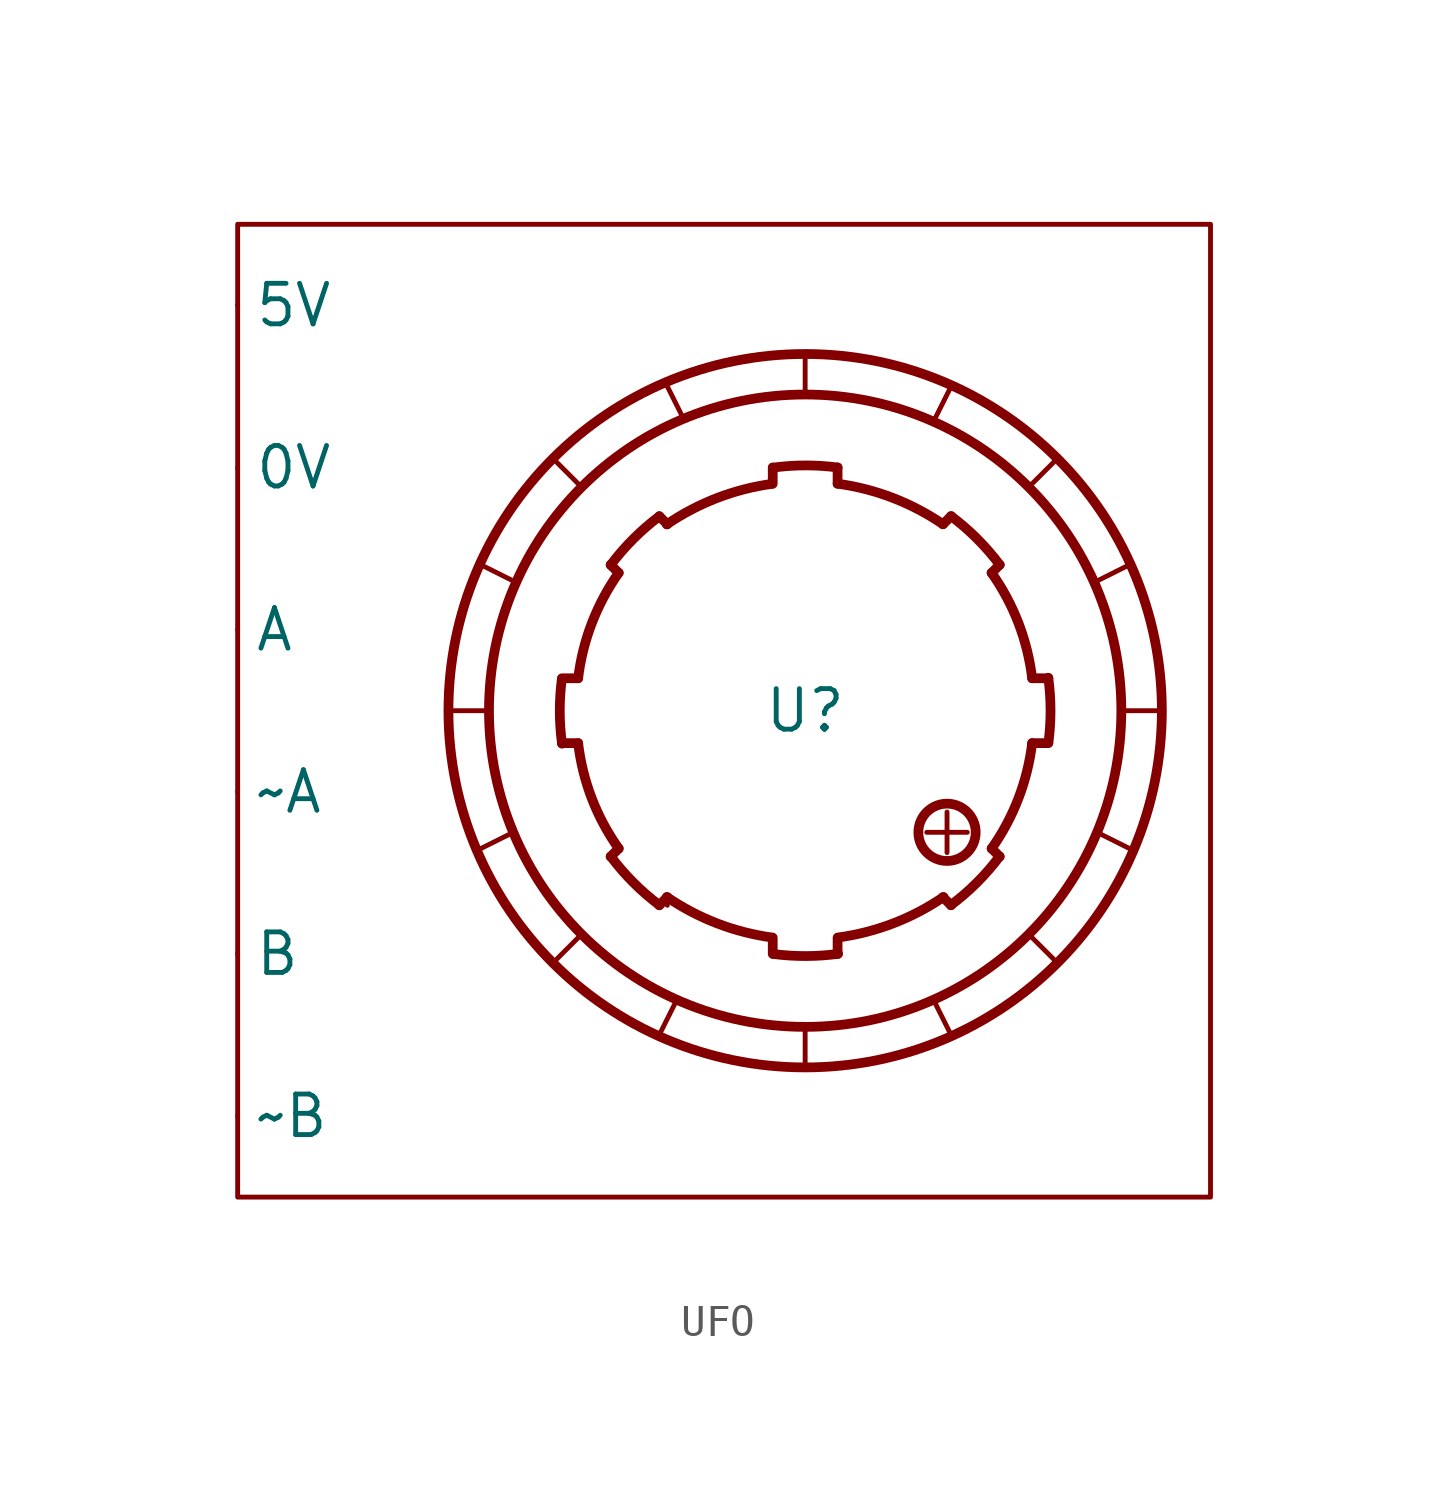
<source format=kicad_sym>
(kicad_symbol_lib
  (version 20241209)
  (generator "kicad_symbol_editor")
  (generator_version "9.0")
  (symbol "UFO"
    (property "Reference" "U"
      (at 0 0 0)
      (effects (font (size 1.27 1.27))))
    (property "Value" ""
      (at 0 0 0)
      (effects (font (size 1.27 1.27))))
    (symbol "UFO_0_1"
      (polyline (pts (xy 0 9.906) (xy 0 11.176)) (stroke (width 0) (type default)) (fill (type none))))
    (symbol "UFO_1_1"
      (rectangle (start -17.78 15.24) (end 12.7 -15.24) (stroke (width 0) (type default)) (fill (type none)))
      (polyline (pts (xy -10.16 4.572) (xy -9.144 4.064)) (stroke (width 0) (type default)) (fill (type none)))
      (polyline (pts (xy -9.906 0) (xy -11.176 0)) (stroke (width 0) (type default)) (fill (type none)))
      (polyline (pts (xy -9.144 -3.81) (xy -10.16 -4.318)) (stroke (width 0) (type default)) (fill (type none)))
      (polyline (pts (xy -7.874 -7.874) (xy -7.112 -7.112)) (stroke (width 0) (type default)) (fill (type none)))
      (polyline (pts (xy -7.62 1.016) (xy -7.112 1.016)) (stroke (width 0.305) (type solid)) (fill (type none)))
      (polyline (pts (xy -7.62 -1.016) (xy -7.112 -1.016)) (stroke (width 0.305) (type solid)) (fill (type none)))
      (polyline (pts (xy -7.112 7.112) (xy -7.874 7.874)) (stroke (width 0) (type default)) (fill (type none)))
      (polyline (pts (xy -6.096 4.572) (xy -5.842 4.318)) (stroke (width 0.305) (type solid)) (fill (type none)))
      (polyline (pts (xy -6.096 -4.572) (xy -5.842 -4.318)) (stroke (width 0.305) (type solid)) (fill (type none)))
      (polyline (pts (xy -4.572 6.096) (xy -4.318 5.842)) (stroke (width 0.305) (type solid)) (fill (type none)))
      (polyline (pts (xy -4.572 -6.096) (xy -4.318 -5.842)) (stroke (width 0.305) (type solid)) (fill (type none)))
      (polyline (pts (xy -4.318 -6.096) (xy -4.318 -6.096)) (stroke (width 0) (type default)) (fill (type none)))
      (polyline (pts (xy -4.064 -9.144) (xy -4.572 -10.16)) (stroke (width 0) (type default)) (fill (type none)))
      (polyline (pts (xy -3.81 9.144) (xy -4.318 10.16)) (stroke (width 0) (type default)) (fill (type none)))
      (polyline (pts (xy -1.016 7.62) (xy -1.016 7.112)) (stroke (width 0.305) (type solid)) (fill (type none)))
      (polyline (pts (xy -1.016 -7.62) (xy -1.016 -7.112)) (stroke (width 0.305) (type solid)) (fill (type none)))
      (arc (start 7.112 -1.016) (mid 6.6822 -2.7459) (end 5.842 -4.318) (stroke (width 0.3048) (type solid)) (fill (type none)))
      (arc (start 5.842 4.318) (mid 6.6828 2.7462) (end 7.112 1.016) (stroke (width 0.3048) (type solid)) (fill (type none)))
      (arc (start -5.842 -4.318) (mid -6.6849 -2.747) (end -7.112 -1.016) (stroke (width 0.3048) (type solid)) (fill (type none)))
      (arc (start 1.016 7.112) (mid 2.7411 6.6696) (end 4.318 5.842) (stroke (width 0.3048) (type solid)) (fill (type none)))
      (arc (start -1.0335 -7.1067) (mid -2.7586 -6.6643) (end -4.3355 -5.8367) (stroke (width 0.3048) (type solid)) (fill (type none)))
      (arc (start 4.3355 -5.8367) (mid 2.7586 -6.6643) (end 1.0335 -7.1067) (stroke (width 0.3048) (type solid)) (fill (type none)))
      (arc (start -7.6181 -1.0323) (mid -7.6877 -0.019) (end -7.6231 0.9947) (stroke (width 0.3048) (type solid)) (fill (type none)))
      (arc (start -6.091 4.567) (mid -5.3832 5.3832) (end -4.567 6.091) (stroke (width 0.3048) (type solid)) (fill (type none)))
      (arc (start -4.567 -6.091) (mid -5.3832 -5.3832) (end -6.091 -4.567) (stroke (width 0.3048) (type solid)) (fill (type none)))
      (circle (center 0 0) (radius 11.176) (stroke (width 0.305) (type solid)) (fill (type none)))
      (circle (center 0 0) (radius 9.906) (stroke (width 0.305) (type solid)) (fill (type none)))
      (arc (start 1.0323 -7.6181) (mid 0.019 -7.6877) (end -0.9947 -7.6231) (stroke (width 0.3048) (type solid)) (fill (type none)))
      (arc (start 4.572 6.096) (mid 5.3882 5.3882) (end 6.096 4.572) (stroke (width 0.3048) (type solid)) (fill (type none)))
      (arc (start 6.091 -4.567) (mid 5.3832 -5.3832) (end 4.567 -6.091) (stroke (width 0.3048) (type solid)) (fill (type none)))
      (arc (start 7.6181 1.0323) (mid 7.6877 0.019) (end 7.6231 -0.9947) (stroke (width 0.3048) (type solid)) (fill (type none)))
      (arc (start -4.3355 5.8367) (mid -2.7586 6.6643) (end -1.0335 7.1067) (stroke (width 0.3048) (type solid)) (fill (type none)))
      (polyline (pts (xy 0 -9.906) (xy 0 -11.176)) (stroke (width 0) (type default)) (fill (type none)))
      (arc (start -1.011 7.615) (mid 0.0023 7.6846) (end 1.016 7.62) (stroke (width 0.3048) (type solid)) (fill (type none)))
      (arc (start -7.112 1.016) (mid -6.6822 2.7459) (end -5.842 4.318) (stroke (width 0.3048) (type solid)) (fill (type none)))
      (polyline (pts (xy 1.016 7.62) (xy 1.016 7.112)) (stroke (width 0.305) (type solid)) (fill (type none)))
      (polyline (pts (xy 1.016 -7.62) (xy 1.016 -7.112)) (stroke (width 0.305) (type solid)) (fill (type none)))
      (polyline (pts (xy 3.81 -3.81) (xy 5.08 -3.81)) (stroke (width 0) (type default)) (fill (type none)))
      (polyline (pts (xy 4.445 -3.175) (xy 4.445 -4.445)) (stroke (width 0) (type default)) (fill (type none)))
      (circle (center 4.445 -3.81) (radius 0.898) (stroke (width 0.305) (type solid)) (fill (type none)))
      (polyline (pts (xy 4.572 10.16) (xy 4.064 9.144)) (stroke (width 0) (type default)) (fill (type none)))
      (polyline (pts (xy 4.572 6.096) (xy 4.318 5.842)) (stroke (width 0.305) (type solid)) (fill (type none)))
      (polyline (pts (xy 4.572 -6.096) (xy 4.318 -5.842)) (stroke (width 0.305) (type solid)) (fill (type none)))
      (polyline (pts (xy 4.572 -10.16) (xy 4.064 -9.144)) (stroke (width 0) (type default)) (fill (type none)))
      (polyline (pts (xy 6.096 4.572) (xy 5.842 4.318)) (stroke (width 0.305) (type solid)) (fill (type none)))
      (polyline (pts (xy 6.096 -4.572) (xy 5.842 -4.318)) (stroke (width 0.305) (type solid)) (fill (type none)))
      (polyline (pts (xy 7.62 1.016) (xy 7.112 1.016)) (stroke (width 0.305) (type solid)) (fill (type none)))
      (polyline (pts (xy 7.62 -1.016) (xy 7.112 -1.016)) (stroke (width 0.305) (type solid)) (fill (type none)))
      (polyline (pts (xy 7.874 7.874) (xy 7.112 7.112)) (stroke (width 0) (type default)) (fill (type none)))
      (polyline (pts (xy 7.874 -7.874) (xy 7.112 -7.112)) (stroke (width 0) (type default)) (fill (type none)))
      (polyline (pts (xy 9.144 4.064) (xy 10.16 4.572)) (stroke (width 0) (type default)) (fill (type none)))
      (polyline (pts (xy 9.144 -3.81) (xy 10.16 -4.318)) (stroke (width 0) (type default)) (fill (type none)))
      (polyline (pts (xy 9.906 0) (xy 11.176 0)) (stroke (width 0) (type default)) (fill (type none)))
      (pin output line (at -17.78 12.7 0) (length 0) (name "5V" (effects (font (size 1.27 1.27)))) (number "" (effects (font (size 1.27 1.27)))))
      (pin output line (at -17.78 7.62 0) (length 0) (name "0V" (effects (font (size 1.27 1.27)))) (number "" (effects (font (size 1.27 1.27)))))
      (pin output line (at -17.78 2.54 0) (length 0) (name "A" (effects (font (size 1.27 1.27)))) (number "" (effects (font (size 1.27 1.27)))))
      (pin output line (at -17.78 -2.54 0) (length 0) (name "~A" (effects (font (size 1.27 1.27)))) (number "" (effects (font (size 1.27 1.27)))))
      (pin output line (at -17.78 -7.62 0) (length 0) (name "B" (effects (font (size 1.27 1.27)))) (number "" (effects (font (size 1.27 1.27)))))
      (pin output line (at -17.78 -12.7 0) (length 0) (name "~B" (effects (font (size 1.27 1.27)))) (number "" (effects (font (size 1.27 1.27))))))))
</source>
